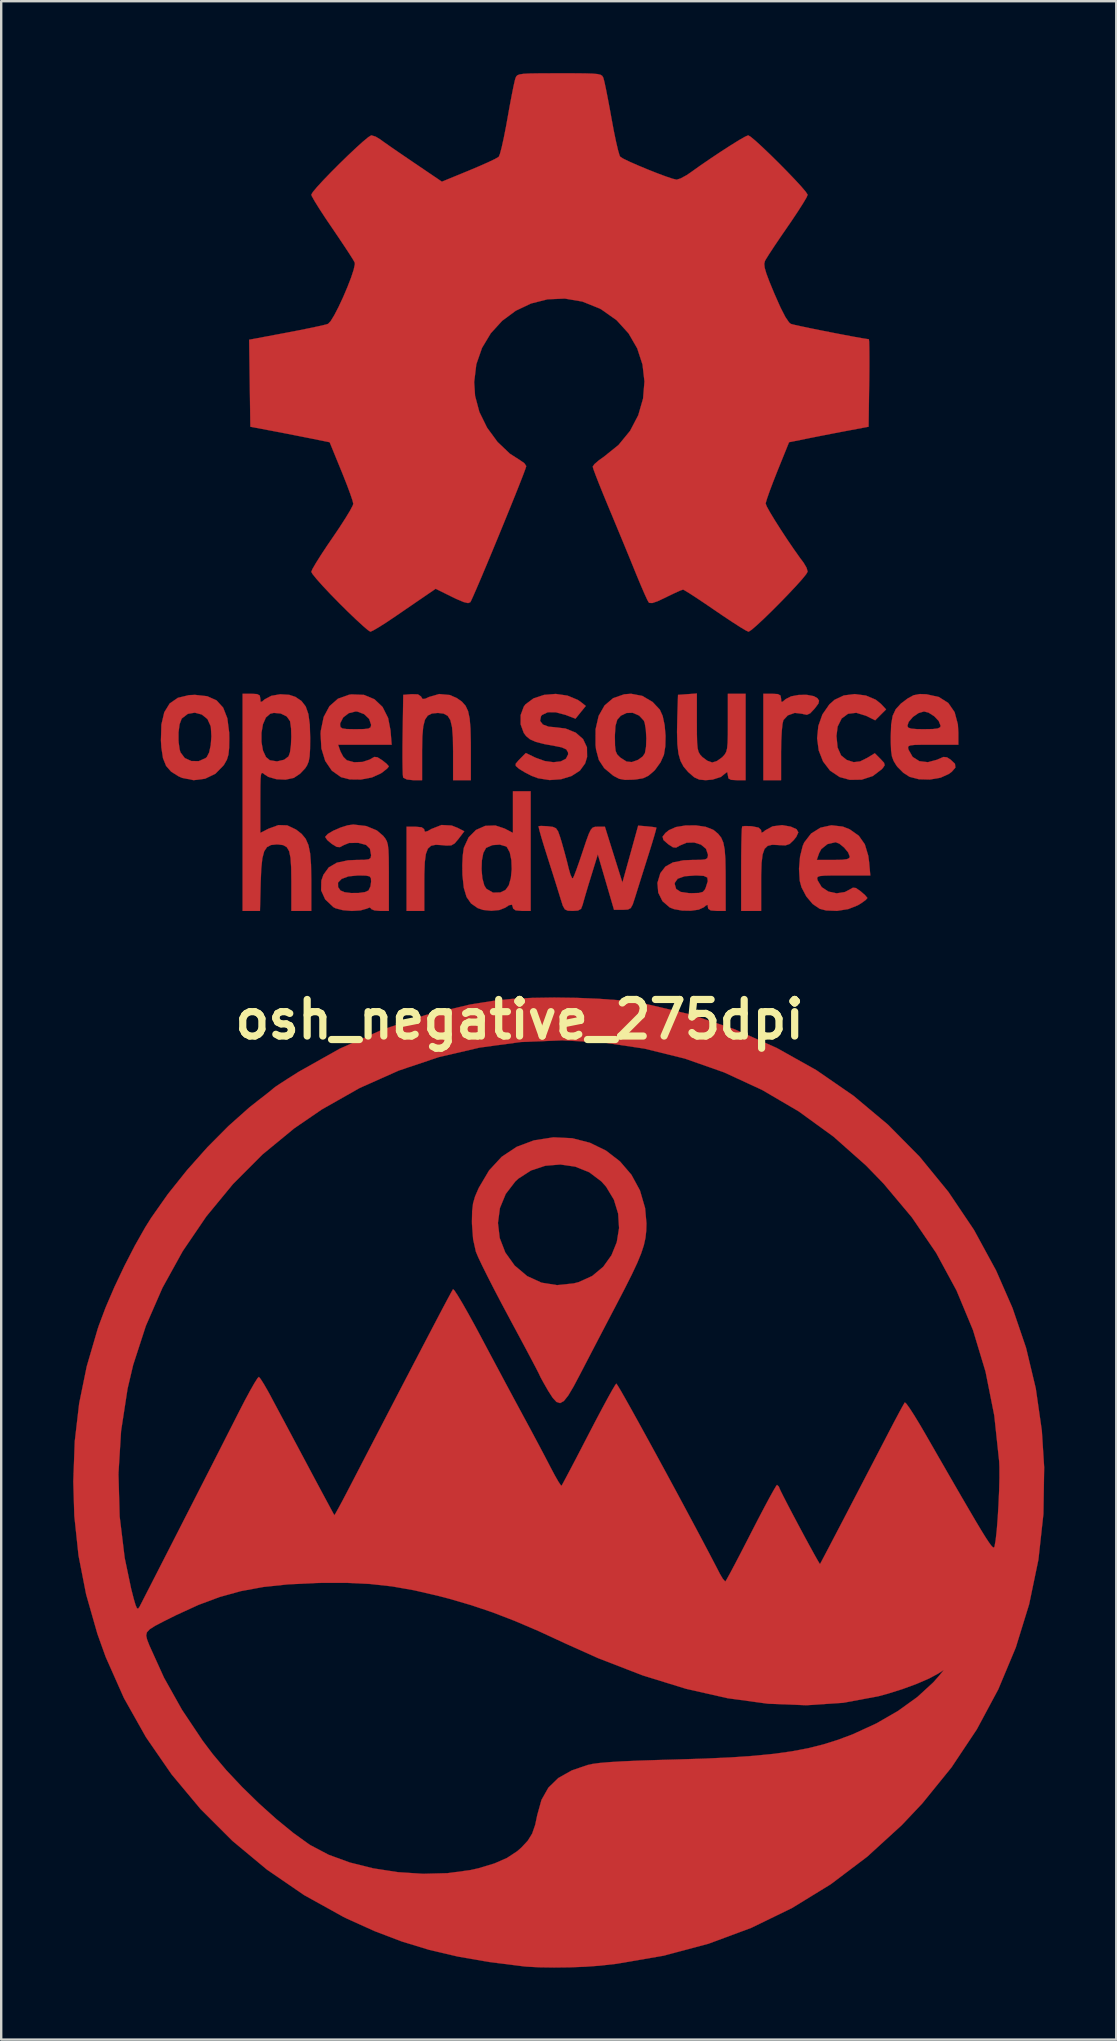
<source format=kicad_pcb>
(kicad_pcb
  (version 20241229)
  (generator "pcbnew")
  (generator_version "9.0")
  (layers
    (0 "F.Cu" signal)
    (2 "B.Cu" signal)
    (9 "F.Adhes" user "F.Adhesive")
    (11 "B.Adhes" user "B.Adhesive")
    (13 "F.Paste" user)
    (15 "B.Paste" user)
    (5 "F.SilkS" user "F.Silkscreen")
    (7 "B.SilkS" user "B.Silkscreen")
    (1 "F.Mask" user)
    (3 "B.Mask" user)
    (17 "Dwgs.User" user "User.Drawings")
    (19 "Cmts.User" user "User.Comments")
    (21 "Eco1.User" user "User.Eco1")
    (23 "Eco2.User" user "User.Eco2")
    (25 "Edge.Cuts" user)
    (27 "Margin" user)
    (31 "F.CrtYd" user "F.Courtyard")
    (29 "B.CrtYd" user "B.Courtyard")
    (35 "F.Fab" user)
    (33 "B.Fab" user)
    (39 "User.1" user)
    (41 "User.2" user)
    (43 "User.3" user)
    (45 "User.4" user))
  (footprint "osh_negative_275dpi"
    (layer "F.Cu")
    (at 18.607 39.444)
    (property "Reference" "osh_negative_275dpi" (at 0 0 0) (layer "F.SilkS") (effects (font (size 1.524 1.524) (thickness 0.3))))
    (attr through_hole)
    (fp_poly (pts (xy -2.831 -8.085) (xy -2.58 -7.986) (xy -2.305 -7.844) (xy -2.545 -7.529) (xy -2.704 -7.34) (xy -2.848 -7.257) (xy -3.055 -7.249) (xy -3.227 -7.267) (xy -3.493 -7.283) (xy -3.688 -7.242) (xy -3.822 -7.122) (xy -3.906 -6.9) (xy -3.952 -6.553) (xy -3.97 -6.056) (xy -3.972 -5.706) (xy -3.972 -4.526) (xy -4.711 -4.526) (xy -4.711 -8.036) (xy -4.341 -8.036) (xy -4.083 -8.012) (xy -3.978 -7.936) (xy -3.972 -7.898) (xy -3.944 -7.825) (xy -3.835 -7.852) (xy -3.671 -7.944) (xy -3.253 -8.107) (xy -2.831 -8.085)) (stroke (width 0.01) (type solid)) (fill yes) (layer "F.Cu"))
    (fp_poly (pts (xy 10.77 -13.563) (xy 10.876 -13.502) (xy 10.899 -13.378) (xy 10.908 -13.244) (xy 10.964 -13.245) (xy 11.093 -13.355) (xy 11.318 -13.469) (xy 11.635 -13.528) (xy 11.974 -13.532) (xy 12.264 -13.477) (xy 12.413 -13.393) (xy 12.483 -13.287) (xy 12.456 -13.169) (xy 12.316 -12.981) (xy 12.291 -12.951) (xy 12.114 -12.763) (xy 11.977 -12.7) (xy 11.813 -12.732) (xy 11.79 -12.741) (xy 11.472 -12.78) (xy 11.181 -12.677) (xy 10.997 -12.48) (xy 10.959 -12.319) (xy 10.928 -12.016) (xy 10.907 -11.612) (xy 10.899 -11.15) (xy 10.899 -11.136) (xy 10.899 -9.975) (xy 10.16 -9.975) (xy 10.16 -13.577) (xy 10.529 -13.577) (xy 10.77 -13.563)) (stroke (width 0.01) (type solid)) (fill yes) (layer "F.Cu"))
    (fp_poly (pts (xy 11.306 -8.038) (xy 11.546 -7.93) (xy 11.619 -7.799) (xy 11.533 -7.611) (xy 11.417 -7.468) (xy 11.255 -7.316) (xy 11.082 -7.257) (xy 10.817 -7.268) (xy 10.786 -7.271) (xy 10.528 -7.283) (xy 10.34 -7.237) (xy 10.211 -7.111) (xy 10.13 -6.88) (xy 10.086 -6.523) (xy 10.069 -6.015) (xy 10.068 -5.706) (xy 10.068 -4.526) (xy 9.236 -4.526) (xy 9.236 -6.265) (xy 9.238 -6.813) (xy 9.244 -7.294) (xy 9.253 -7.679) (xy 9.264 -7.94) (xy 9.277 -8.046) (xy 9.278 -8.046) (xy 9.387 -8.064) (xy 9.61 -8.059) (xy 9.693 -8.052) (xy 9.96 -7.999) (xy 10.064 -7.901) (xy 10.068 -7.873) (xy 10.085 -7.783) (xy 10.167 -7.822) (xy 10.235 -7.882) (xy 10.549 -8.052) (xy 10.943 -8.102) (xy 11.306 -8.038)) (stroke (width 0.01) (type solid)) (fill yes) (layer "F.Cu"))
    (fp_poly (pts (xy 14.435 -13.503) (xy 14.848 -13.328) (xy 15.06 -13.157) (xy 15.277 -12.926) (xy 15.049 -12.698) (xy 14.822 -12.471) (xy 14.441 -12.659) (xy 14.035 -12.784) (xy 13.689 -12.742) (xy 13.424 -12.546) (xy 13.257 -12.211) (xy 13.208 -11.814) (xy 13.255 -11.337) (xy 13.401 -11.007) (xy 13.638 -10.817) (xy 13.927 -10.726) (xy 14.192 -10.757) (xy 14.492 -10.906) (xy 14.806 -11.098) (xy 15.04 -10.863) (xy 15.191 -10.702) (xy 15.219 -10.597) (xy 15.135 -10.475) (xy 15.096 -10.431) (xy 14.722 -10.147) (xy 14.261 -9.997) (xy 13.765 -9.989) (xy 13.342 -10.105) (xy 12.941 -10.373) (xy 12.649 -10.755) (xy 12.468 -11.216) (xy 12.402 -11.721) (xy 12.452 -12.232) (xy 12.622 -12.715) (xy 12.912 -13.133) (xy 13.128 -13.325) (xy 13.514 -13.507) (xy 13.97 -13.564) (xy 14.435 -13.503)) (stroke (width 0.01) (type solid)) (fill yes) (layer "F.Cu"))
    (fp_poly (pts (xy 7.389 -12.378) (xy 7.391 -11.882) (xy 7.4 -11.536) (xy 7.421 -11.304) (xy 7.461 -11.151) (xy 7.524 -11.041) (xy 7.616 -10.941) (xy 7.825 -10.785) (xy 8.025 -10.714) (xy 8.036 -10.714) (xy 8.231 -10.777) (xy 8.443 -10.929) (xy 8.455 -10.941) (xy 8.548 -11.043) (xy 8.611 -11.153) (xy 8.651 -11.307) (xy 8.672 -11.541) (xy 8.681 -11.89) (xy 8.682 -12.373) (xy 8.682 -13.577) (xy 9.421 -13.577) (xy 9.421 -9.975) (xy 9.052 -9.975) (xy 8.812 -9.989) (xy 8.705 -10.05) (xy 8.681 -10.183) (xy 8.657 -10.307) (xy 8.611 -10.289) (xy 8.392 -10.11) (xy 8.047 -10) (xy 7.754 -9.975) (xy 7.491 -9.999) (xy 7.279 -10.095) (xy 7.043 -10.3) (xy 7.018 -10.325) (xy 6.837 -10.537) (xy 6.708 -10.777) (xy 6.623 -11.077) (xy 6.577 -11.468) (xy 6.563 -11.983) (xy 6.575 -12.608) (xy 6.604 -13.531) (xy 6.997 -13.56) (xy 7.389 -13.588) (xy 7.389 -12.378)) (stroke (width 0.01) (type solid)) (fill yes) (layer "F.Cu"))
    (fp_poly (pts (xy -2.905 -13.524) (xy -2.614 -13.396) (xy -2.405 -13.249) (xy -2.252 -13.077) (xy -2.147 -12.853) (xy -2.081 -12.545) (xy -2.046 -12.123) (xy -2.033 -11.557) (xy -2.032 -11.319) (xy -2.032 -9.975) (xy -2.771 -9.975) (xy -2.771 -11.166) (xy -2.78 -11.755) (xy -2.815 -12.184) (xy -2.884 -12.477) (xy -2.997 -12.657) (xy -3.164 -12.749) (xy -3.395 -12.777) (xy -3.417 -12.777) (xy -3.654 -12.754) (xy -3.826 -12.668) (xy -3.944 -12.496) (xy -4.016 -12.213) (xy -4.053 -11.796) (xy -4.064 -11.221) (xy -4.064 -11.166) (xy -4.064 -9.975) (xy -4.436 -9.975) (xy -4.697 -10.003) (xy -4.844 -10.076) (xy -4.854 -10.094) (xy -4.868 -10.221) (xy -4.876 -10.501) (xy -4.881 -10.901) (xy -4.88 -11.39) (xy -4.874 -11.872) (xy -4.849 -13.531) (xy -4.502 -13.56) (xy -4.236 -13.552) (xy -4.109 -13.465) (xy -4.1 -13.447) (xy -4.043 -13.359) (xy -3.934 -13.369) (xy -3.782 -13.441) (xy -3.352 -13.566) (xy -2.905 -13.524)) (stroke (width 0.01) (type solid)) (fill yes) (layer "F.Cu"))
    (fp_poly (pts (xy -13.021 -13.475) (xy -12.631 -13.301) (xy -12.354 -12.997) (xy -12.181 -12.554) (xy -12.105 -11.961) (xy -12.1 -11.715) (xy -12.107 -11.313) (xy -12.136 -11.037) (xy -12.199 -10.83) (xy -12.31 -10.634) (xy -12.34 -10.589) (xy -12.678 -10.244) (xy -13.108 -10.036) (xy -13.586 -9.975) (xy -14.069 -10.071) (xy -14.217 -10.137) (xy -14.525 -10.331) (xy -14.734 -10.57) (xy -14.863 -10.89) (xy -14.931 -11.333) (xy -14.949 -11.635) (xy -14.939 -11.964) (xy -14.216 -11.964) (xy -14.216 -11.591) (xy -14.169 -11.252) (xy -14.133 -11.133) (xy -13.956 -10.898) (xy -13.683 -10.773) (xy -13.375 -10.768) (xy -13.09 -10.894) (xy -13.036 -10.942) (xy -12.939 -11.131) (xy -12.873 -11.439) (xy -12.846 -11.803) (xy -12.866 -12.159) (xy -12.878 -12.232) (xy -13.01 -12.522) (xy -13.247 -12.712) (xy -13.537 -12.789) (xy -13.828 -12.74) (xy -14.071 -12.553) (xy -14.088 -12.53) (xy -14.173 -12.301) (xy -14.216 -11.964) (xy -14.939 -11.964) (xy -14.93 -12.295) (xy -14.81 -12.805) (xy -14.584 -13.173) (xy -14.244 -13.408) (xy -13.784 -13.519) (xy -13.531 -13.531) (xy -13.021 -13.475)) (stroke (width 0.01) (type solid)) (fill yes) (layer "F.Cu"))
    (fp_poly (pts (xy 0.462 -4.526) (xy 0.092 -4.526) (xy -0.165 -4.549) (xy -0.27 -4.625) (xy -0.277 -4.664) (xy -0.316 -4.785) (xy -0.443 -4.763) (xy -0.595 -4.661) (xy -0.841 -4.563) (xy -1.177 -4.531) (xy -1.523 -4.567) (xy -1.746 -4.643) (xy -2.023 -4.837) (xy -2.211 -5.107) (xy -2.325 -5.488) (xy -2.381 -6.013) (xy -2.382 -6.025) (xy -2.385 -6.255) (xy -1.585 -6.255) (xy -1.552 -5.889) (xy -1.472 -5.59) (xy -1.385 -5.449) (xy -1.108 -5.288) (xy -0.796 -5.297) (xy -0.588 -5.399) (xy -0.451 -5.589) (xy -0.364 -5.897) (xy -0.328 -6.265) (xy -0.342 -6.639) (xy -0.408 -6.963) (xy -0.526 -7.181) (xy -0.567 -7.214) (xy -0.826 -7.29) (xy -1.132 -7.268) (xy -1.384 -7.158) (xy -1.401 -7.144) (xy -1.511 -6.944) (xy -1.572 -6.627) (xy -1.585 -6.255) (xy -2.385 -6.255) (xy -2.388 -6.438) (xy -2.369 -6.832) (xy -2.329 -7.129) (xy -2.321 -7.163) (xy -2.124 -7.593) (xy -1.817 -7.901) (xy -1.435 -8.071) (xy -1.011 -8.087) (xy -0.623 -7.959) (xy -0.277 -7.778) (xy -0.277 -9.513) (xy 0.462 -9.513) (xy 0.462 -4.526)) (stroke (width 0.01) (type solid)) (fill yes) (layer "F.Cu"))
    (fp_poly (pts (xy 5.115 -13.488) (xy 5.545 -13.234) (xy 5.845 -12.916) (xy 5.964 -12.652) (xy 6.046 -12.268) (xy 6.084 -11.825) (xy 6.074 -11.385) (xy 6.016 -11.034) (xy 5.875 -10.719) (xy 5.651 -10.41) (xy 5.591 -10.347) (xy 5.366 -10.157) (xy 5.144 -10.054) (xy 4.842 -10.005) (xy 4.735 -9.996) (xy 4.392 -9.988) (xy 4.151 -10.032) (xy 3.93 -10.147) (xy 3.888 -10.175) (xy 3.526 -10.478) (xy 3.304 -10.817) (xy 3.188 -11.252) (xy 3.167 -11.434) (xy 3.167 -11.769) (xy 3.972 -11.769) (xy 3.978 -11.413) (xy 4.005 -11.189) (xy 4.069 -11.046) (xy 4.184 -10.93) (xy 4.215 -10.906) (xy 4.458 -10.751) (xy 4.677 -10.73) (xy 4.935 -10.821) (xy 5.13 -10.961) (xy 5.224 -11.102) (xy 5.271 -11.37) (xy 5.283 -11.719) (xy 5.263 -12.074) (xy 5.215 -12.361) (xy 5.179 -12.457) (xy 4.985 -12.666) (xy 4.716 -12.784) (xy 4.457 -12.776) (xy 4.218 -12.661) (xy 4.071 -12.495) (xy 3.996 -12.236) (xy 3.972 -11.843) (xy 3.972 -11.769) (xy 3.167 -11.769) (xy 3.168 -12.098) (xy 3.295 -12.654) (xy 3.542 -13.09) (xy 3.899 -13.394) (xy 4.359 -13.554) (xy 4.646 -13.577) (xy 5.115 -13.488)) (stroke (width 0.01) (type solid)) (fill yes) (layer "F.Cu"))
    (fp_poly (pts (xy 1.995 -13.5) (xy 2.427 -13.321) (xy 2.557 -13.23) (xy 2.76 -13.069) (xy 2.545 -12.804) (xy 2.33 -12.538) (xy 1.917 -12.696) (xy 1.505 -12.806) (xy 1.167 -12.804) (xy 0.935 -12.692) (xy 0.892 -12.638) (xy 0.854 -12.447) (xy 0.971 -12.294) (xy 1.215 -12.204) (xy 1.374 -12.191) (xy 1.912 -12.129) (xy 2.342 -11.956) (xy 2.646 -11.688) (xy 2.808 -11.345) (xy 2.814 -10.943) (xy 2.733 -10.675) (xy 2.513 -10.372) (xy 2.164 -10.148) (xy 1.729 -10.014) (xy 1.25 -9.98) (xy 0.77 -10.055) (xy 0.508 -10.152) (xy 0.231 -10.294) (xy -0.002 -10.436) (xy -0.046 -10.468) (xy -0.16 -10.569) (xy -0.164 -10.657) (xy -0.051 -10.793) (xy 0.014 -10.86) (xy 0.26 -11.108) (xy 0.667 -10.911) (xy 1.049 -10.773) (xy 1.411 -10.724) (xy 1.718 -10.758) (xy 1.933 -10.87) (xy 2.024 -11.052) (xy 2.018 -11.136) (xy 1.945 -11.259) (xy 1.754 -11.343) (xy 1.523 -11.39) (xy 1.026 -11.481) (xy 0.675 -11.572) (xy 0.436 -11.677) (xy 0.272 -11.813) (xy 0.175 -11.943) (xy 0.044 -12.3) (xy 0.045 -12.69) (xy 0.174 -13.039) (xy 0.246 -13.136) (xy 0.582 -13.385) (xy 1.021 -13.53) (xy 1.509 -13.57) (xy 1.995 -13.5)) (stroke (width 0.01) (type solid)) (fill yes) (layer "F.Cu"))
    (fp_poly (pts (xy -6.487 -13.53) (xy -6.05 -13.349) (xy -5.709 -13.024) (xy -5.48 -12.567) (xy -5.38 -12.054) (xy -5.332 -11.453) (xy -7.564 -11.453) (xy -7.467 -11.174) (xy -7.346 -10.947) (xy -7.201 -10.805) (xy -6.899 -10.723) (xy -6.546 -10.736) (xy -6.243 -10.836) (xy -6.208 -10.858) (xy -6.056 -10.944) (xy -5.925 -10.931) (xy -5.732 -10.81) (xy -5.726 -10.806) (xy -5.545 -10.662) (xy -5.453 -10.558) (xy -5.45 -10.546) (xy -5.52 -10.46) (xy -5.695 -10.319) (xy -5.782 -10.258) (xy -6.157 -10.088) (xy -6.615 -10.002) (xy -7.076 -10.007) (xy -7.443 -10.101) (xy -7.826 -10.373) (xy -8.102 -10.779) (xy -8.261 -11.298) (xy -8.294 -11.907) (xy -8.286 -12.03) (xy -8.233 -12.284) (xy -7.481 -12.284) (xy -7.464 -12.187) (xy -7.385 -12.132) (xy -7.206 -12.106) (xy -6.886 -12.1) (xy -6.835 -12.1) (xy -6.495 -12.105) (xy -6.3 -12.127) (xy -6.211 -12.178) (xy -6.189 -12.27) (xy -6.188 -12.284) (xy -6.271 -12.529) (xy -6.48 -12.728) (xy -6.756 -12.833) (xy -6.835 -12.839) (xy -7.12 -12.768) (xy -7.353 -12.589) (xy -7.475 -12.352) (xy -7.481 -12.284) (xy -8.233 -12.284) (xy -8.165 -12.611) (xy -7.924 -13.06) (xy -7.569 -13.372) (xy -7.105 -13.537) (xy -7.004 -13.551) (xy -6.487 -13.53)) (stroke (width 0.01) (type solid)) (fill yes) (layer "F.Cu"))
    (fp_poly (pts (xy 13.474 -8.04) (xy 13.76 -7.926) (xy 14.139 -7.659) (xy 14.391 -7.301) (xy 14.535 -6.821) (xy 14.569 -6.557) (xy 14.619 -6.004) (xy 13.492 -6.004) (xy 13.02 -6.003) (xy 12.705 -5.996) (xy 12.516 -5.978) (xy 12.426 -5.943) (xy 12.404 -5.886) (xy 12.423 -5.8) (xy 12.425 -5.796) (xy 12.593 -5.516) (xy 12.874 -5.332) (xy 13.215 -5.259) (xy 13.562 -5.315) (xy 13.743 -5.409) (xy 13.893 -5.494) (xy 14.02 -5.48) (xy 14.201 -5.355) (xy 14.22 -5.34) (xy 14.398 -5.185) (xy 14.492 -5.074) (xy 14.496 -5.061) (xy 14.426 -4.981) (xy 14.242 -4.848) (xy 14.1 -4.761) (xy 13.7 -4.602) (xy 13.231 -4.527) (xy 12.775 -4.545) (xy 12.51 -4.614) (xy 12.217 -4.813) (xy 11.949 -5.133) (xy 11.751 -5.51) (xy 11.678 -5.778) (xy 11.647 -6.28) (xy 11.679 -6.65) (xy 12.386 -6.65) (xy 13.074 -6.65) (xy 13.436 -6.657) (xy 13.648 -6.683) (xy 13.745 -6.734) (xy 13.762 -6.793) (xy 13.693 -6.967) (xy 13.527 -7.167) (xy 13.329 -7.329) (xy 13.172 -7.389) (xy 12.833 -7.311) (xy 12.575 -7.102) (xy 12.485 -6.934) (xy 12.386 -6.65) (xy 11.679 -6.65) (xy 11.69 -6.789) (xy 11.799 -7.229) (xy 11.862 -7.377) (xy 12.152 -7.753) (xy 12.543 -7.996) (xy 12.996 -8.095) (xy 13.474 -8.04)) (stroke (width 0.01) (type solid)) (fill yes) (layer "F.Cu"))
    (fp_poly (pts (xy 16.957 -13.556) (xy 17.476 -13.442) (xy 17.868 -13.193) (xy 18.133 -12.811) (xy 18.269 -12.298) (xy 18.288 -11.964) (xy 18.288 -11.453) (xy 17.22 -11.453) (xy 16.763 -11.452) (xy 16.462 -11.445) (xy 16.286 -11.425) (xy 16.206 -11.387) (xy 16.192 -11.324) (xy 16.212 -11.245) (xy 16.383 -10.945) (xy 16.665 -10.767) (xy 17.018 -10.725) (xy 17.407 -10.829) (xy 17.463 -10.856) (xy 17.667 -10.943) (xy 17.814 -10.928) (xy 17.963 -10.833) (xy 18.147 -10.66) (xy 18.166 -10.502) (xy 18.017 -10.328) (xy 17.901 -10.24) (xy 17.549 -10.079) (xy 17.104 -10.002) (xy 16.643 -10.014) (xy 16.256 -10.115) (xy 15.993 -10.285) (xy 15.748 -10.531) (xy 15.702 -10.593) (xy 15.59 -10.777) (xy 15.521 -10.963) (xy 15.485 -11.203) (xy 15.472 -11.549) (xy 15.471 -11.786) (xy 15.486 -12.242) (xy 16.164 -12.242) (xy 16.197 -12.168) (xy 16.32 -12.124) (xy 16.566 -12.103) (xy 16.856 -12.1) (xy 17.22 -12.106) (xy 17.433 -12.132) (xy 17.531 -12.183) (xy 17.549 -12.242) (xy 17.472 -12.439) (xy 17.283 -12.64) (xy 17.046 -12.791) (xy 16.856 -12.839) (xy 16.628 -12.772) (xy 16.394 -12.61) (xy 16.219 -12.406) (xy 16.164 -12.242) (xy 15.486 -12.242) (xy 15.487 -12.288) (xy 15.549 -12.655) (xy 15.678 -12.932) (xy 15.895 -13.169) (xy 16.172 -13.378) (xy 16.42 -13.515) (xy 16.68 -13.565) (xy 16.957 -13.556)) (stroke (width 0.01) (type solid)) (fill yes) (layer "F.Cu"))
    (fp_poly (pts (xy 7.757 -8.031) (xy 8.068 -7.909) (xy 8.098 -7.888) (xy 8.276 -7.74) (xy 8.405 -7.578) (xy 8.493 -7.371) (xy 8.548 -7.087) (xy 8.577 -6.696) (xy 8.587 -6.165) (xy 8.588 -5.888) (xy 8.59 -4.526) (xy 8.22 -4.526) (xy 7.971 -4.545) (xy 7.864 -4.615) (xy 7.851 -4.679) (xy 7.838 -4.78) (xy 7.767 -4.752) (xy 7.682 -4.679) (xy 7.466 -4.579) (xy 7.141 -4.533) (xy 6.774 -4.54) (xy 6.435 -4.601) (xy 6.259 -4.67) (xy 5.955 -4.932) (xy 5.779 -5.29) (xy 5.75 -5.649) (xy 6.465 -5.649) (xy 6.525 -5.441) (xy 6.716 -5.317) (xy 7.058 -5.267) (xy 7.179 -5.265) (xy 7.471 -5.274) (xy 7.635 -5.317) (xy 7.724 -5.417) (xy 7.761 -5.502) (xy 7.844 -5.766) (xy 7.824 -5.918) (xy 7.675 -5.986) (xy 7.371 -6.004) (xy 7.337 -6.004) (xy 6.878 -5.97) (xy 6.589 -5.867) (xy 6.469 -5.696) (xy 6.465 -5.649) (xy 5.75 -5.649) (xy 5.746 -5.696) (xy 5.867 -6.099) (xy 6.077 -6.372) (xy 6.39 -6.547) (xy 6.831 -6.635) (xy 7.2 -6.65) (xy 7.539 -6.654) (xy 7.734 -6.673) (xy 7.824 -6.723) (xy 7.85 -6.817) (xy 7.851 -6.876) (xy 7.77 -7.115) (xy 7.562 -7.288) (xy 7.277 -7.377) (xy 6.963 -7.369) (xy 6.672 -7.247) (xy 6.524 -7.163) (xy 6.393 -7.177) (xy 6.204 -7.3) (xy 6.189 -7.311) (xy 5.996 -7.481) (xy 5.959 -7.621) (xy 6.081 -7.777) (xy 6.224 -7.891) (xy 6.515 -8.021) (xy 6.913 -8.087) (xy 7.349 -8.091) (xy 7.757 -8.031)) (stroke (width 0.01) (type solid)) (fill yes) (layer "F.Cu"))
    (fp_poly (pts (xy -6.389 -8.063) (xy -5.946 -7.878) (xy -5.686 -7.656) (xy -5.596 -7.543) (xy -5.533 -7.429) (xy -5.491 -7.282) (xy -5.466 -7.07) (xy -5.454 -6.759) (xy -5.45 -6.318) (xy -5.449 -5.95) (xy -5.449 -4.526) (xy -5.819 -4.526) (xy -6.05 -4.547) (xy -6.179 -4.6) (xy -6.188 -4.621) (xy -6.245 -4.67) (xy -6.367 -4.621) (xy -6.634 -4.546) (xy -6.992 -4.525) (xy -7.364 -4.556) (xy -7.669 -4.635) (xy -7.761 -4.683) (xy -8.103 -5.007) (xy -8.272 -5.38) (xy -8.265 -5.705) (xy -7.568 -5.705) (xy -7.564 -5.516) (xy -7.463 -5.376) (xy -7.297 -5.306) (xy -7.023 -5.271) (xy -6.716 -5.273) (xy -6.448 -5.31) (xy -6.299 -5.376) (xy -6.216 -5.546) (xy -6.188 -5.745) (xy -6.197 -5.889) (xy -6.253 -5.966) (xy -6.4 -5.997) (xy -6.682 -6.004) (xy -6.736 -6.004) (xy -7.135 -5.965) (xy -7.418 -5.86) (xy -7.568 -5.705) (xy -8.265 -5.705) (xy -8.263 -5.788) (xy -8.176 -6.034) (xy -7.954 -6.339) (xy -7.618 -6.536) (xy -7.149 -6.635) (xy -6.798 -6.65) (xy -6.472 -6.655) (xy -6.289 -6.678) (xy -6.209 -6.734) (xy -6.19 -6.836) (xy -6.19 -6.858) (xy -6.237 -7.119) (xy -6.398 -7.276) (xy -6.704 -7.359) (xy -6.727 -7.362) (xy -7.105 -7.359) (xy -7.328 -7.269) (xy -7.487 -7.184) (xy -7.622 -7.194) (xy -7.813 -7.31) (xy -7.836 -7.326) (xy -8.016 -7.478) (xy -8.099 -7.6) (xy -8.099 -7.62) (xy -7.99 -7.737) (xy -7.76 -7.872) (xy -7.467 -7.999) (xy -7.169 -8.093) (xy -6.931 -8.127) (xy -6.389 -8.063)) (stroke (width 0.01) (type solid)) (fill yes) (layer "F.Cu"))
    (fp_poly (pts (xy 5.312 -8.05) (xy 5.549 -8.025) (xy 5.689 -8.003) (xy 5.702 -7.997) (xy 5.684 -7.907) (xy 5.619 -7.673) (xy 5.516 -7.329) (xy 5.385 -6.907) (xy 5.345 -6.782) (xy 5.189 -6.287) (xy 5.037 -5.806) (xy 4.907 -5.391) (xy 4.815 -5.095) (xy 4.81 -5.08) (xy 4.716 -4.794) (xy 4.632 -4.643) (xy 4.514 -4.583) (xy 4.319 -4.572) (xy 4.295 -4.572) (xy 3.936 -4.572) (xy 3.599 -5.726) (xy 3.261 -6.881) (xy 2.976 -5.957) (xy 2.849 -5.543) (xy 2.738 -5.169) (xy 2.657 -4.888) (xy 2.628 -4.78) (xy 2.562 -4.611) (xy 2.433 -4.54) (xy 2.213 -4.526) (xy 2.008 -4.535) (xy 1.886 -4.592) (xy 1.802 -4.74) (xy 1.716 -5.011) (xy 1.633 -5.28) (xy 1.51 -5.677) (xy 1.36 -6.151) (xy 1.2 -6.653) (xy 1.166 -6.761) (xy 1.023 -7.213) (xy 0.907 -7.597) (xy 0.827 -7.883) (xy 0.791 -8.039) (xy 0.791 -8.057) (xy 0.893 -8.068) (xy 1.111 -8.059) (xy 1.195 -8.052) (xy 1.392 -8.027) (xy 1.517 -7.971) (xy 1.605 -7.843) (xy 1.69 -7.602) (xy 1.751 -7.403) (xy 1.866 -6.995) (xy 1.979 -6.573) (xy 2.045 -6.302) (xy 2.117 -6.048) (xy 2.185 -5.901) (xy 2.222 -5.886) (xy 2.274 -5.997) (xy 2.37 -6.247) (xy 2.494 -6.598) (xy 2.628 -6.997) (xy 2.775 -7.437) (xy 2.882 -7.731) (xy 2.968 -7.908) (xy 3.049 -7.999) (xy 3.146 -8.031) (xy 3.263 -8.035) (xy 3.556 -8.035) (xy 3.921 -6.871) (xy 4.286 -5.708) (xy 4.615 -6.894) (xy 4.943 -8.081) (xy 5.312 -8.05)) (stroke (width 0.01) (type solid)) (fill yes) (layer "F.Cu"))
    (fp_poly (pts (xy -10.936 -13.563) (xy -10.829 -13.502) (xy -10.807 -13.378) (xy -10.796 -13.243) (xy -10.733 -13.251) (xy -10.626 -13.343) (xy -10.348 -13.491) (xy -9.981 -13.556) (xy -9.601 -13.532) (xy -9.346 -13.448) (xy -9.092 -13.277) (xy -8.915 -13.048) (xy -8.803 -12.73) (xy -8.744 -12.292) (xy -8.728 -11.73) (xy -8.733 -11.28) (xy -8.751 -10.969) (xy -8.79 -10.755) (xy -8.857 -10.593) (xy -8.934 -10.472) (xy -9.15 -10.244) (xy -9.4 -10.077) (xy -9.42 -10.068) (xy -9.756 -9.997) (xy -10.133 -10.015) (xy -10.471 -10.112) (xy -10.629 -10.213) (xy -10.699 -10.27) (xy -10.748 -10.275) (xy -10.779 -10.205) (xy -10.796 -10.034) (xy -10.804 -9.738) (xy -10.806 -9.291) (xy -10.807 -9.076) (xy -10.807 -7.778) (xy -10.464 -7.953) (xy -10.052 -8.103) (xy -9.686 -8.092) (xy -9.32 -7.919) (xy -9.319 -7.918) (xy -9.086 -7.737) (xy -8.916 -7.531) (xy -8.8 -7.269) (xy -8.729 -6.918) (xy -8.693 -6.448) (xy -8.682 -5.827) (xy -8.682 -5.796) (xy -8.682 -4.526) (xy -9.513 -4.526) (xy -9.513 -5.758) (xy -9.52 -6.328) (xy -9.547 -6.738) (xy -9.605 -7.014) (xy -9.703 -7.182) (xy -9.852 -7.268) (xy -10.062 -7.296) (xy -10.13 -7.297) (xy -10.36 -7.273) (xy -10.528 -7.185) (xy -10.646 -7.008) (xy -10.722 -6.719) (xy -10.767 -6.294) (xy -10.791 -5.717) (xy -10.821 -4.526) (xy -11.545 -4.526) (xy -11.545 -11.944) (xy -10.759 -11.944) (xy -10.759 -11.564) (xy -10.696 -11.212) (xy -10.57 -10.939) (xy -10.411 -10.806) (xy -10.11 -10.758) (xy -9.814 -10.827) (xy -9.629 -10.968) (xy -9.569 -11.14) (xy -9.53 -11.434) (xy -9.515 -11.786) (xy -9.525 -12.134) (xy -9.564 -12.416) (xy -9.57 -12.44) (xy -9.706 -12.631) (xy -9.953 -12.753) (xy -10.241 -12.78) (xy -10.392 -12.746) (xy -10.575 -12.586) (xy -10.698 -12.302) (xy -10.759 -11.944) (xy -11.545 -11.944) (xy -11.545 -13.577) (xy -11.176 -13.577) (xy -10.936 -13.563)) (stroke (width 0.01) (type solid)) (fill yes) (layer "F.Cu"))
    (fp_poly (pts (xy 2.195 4.949) (xy 2.931 5.138) (xy 3.6 5.464) (xy 4.183 5.913) (xy 4.662 6.472) (xy 5.018 7.126) (xy 5.232 7.862) (xy 5.288 8.497) (xy 5.279 8.809) (xy 5.247 9.104) (xy 5.18 9.407) (xy 5.07 9.744) (xy 4.907 10.141) (xy 4.681 10.623) (xy 4.383 11.215) (xy 4.019 11.915) (xy 3.7 12.524) (xy 3.357 13.181) (xy 3.019 13.829) (xy 2.716 14.412) (xy 2.538 14.755) (xy 2.253 15.294) (xy 2.028 15.674) (xy 1.845 15.903) (xy 1.688 15.989) (xy 1.539 15.942) (xy 1.38 15.769) (xy 1.194 15.48) (xy 1.159 15.42) (xy 0.997 15.137) (xy 0.88 14.923) (xy 0.831 14.821) (xy 0.831 14.819) (xy 0.789 14.73) (xy 0.67 14.5) (xy 0.485 14.149) (xy 0.246 13.698) (xy -0.038 13.168) (xy -0.354 12.581) (xy -0.413 12.47) (xy -0.746 11.847) (xy -1.057 11.252) (xy -1.333 10.712) (xy -1.561 10.253) (xy -1.728 9.901) (xy -1.819 9.684) (xy -1.822 9.676) (xy -1.937 9.16) (xy -1.985 8.514) (xy -1.985 8.481) (xy -0.902 8.481) (xy -0.828 9.109) (xy -0.595 9.712) (xy -0.207 10.254) (xy 0.317 10.696) (xy 0.912 10.969) (xy 1.563 11.072) (xy 2.257 11) (xy 2.464 10.946) (xy 3.028 10.69) (xy 3.486 10.308) (xy 3.829 9.829) (xy 4.051 9.281) (xy 4.147 8.693) (xy 4.109 8.093) (xy 3.931 7.51) (xy 3.607 6.971) (xy 3.409 6.749) (xy 2.907 6.37) (xy 2.325 6.135) (xy 1.702 6.044) (xy 1.073 6.096) (xy 0.476 6.293) (xy -0.051 6.633) (xy -0.178 6.75) (xy -0.577 7.271) (xy -0.819 7.858) (xy -0.902 8.481) (xy -1.985 8.481) (xy -1.986 8.405) (xy -1.977 7.98) (xy -1.939 7.663) (xy -1.857 7.378) (xy -1.714 7.047) (xy -1.699 7.015) (xy -1.272 6.292) (xy -0.747 5.724) (xy -0.119 5.306) (xy 0.598 5.038) (xy 1.411 4.911) (xy 2.195 4.949)) (stroke (width 0.01) (type solid)) (fill yes) (layer "F.Cu"))
    (fp_poly (pts (xy 2.273 -39.439) (xy 2.724 -39.435) (xy 3.041 -39.425) (xy 3.25 -39.407) (xy 3.377 -39.376) (xy 3.446 -39.331) (xy 3.483 -39.268) (xy 3.497 -39.231) (xy 3.538 -39.072) (xy 3.603 -38.767) (xy 3.684 -38.352) (xy 3.776 -37.863) (xy 3.833 -37.546) (xy 3.927 -37.04) (xy 4.019 -36.595) (xy 4.101 -36.244) (xy 4.166 -36.021) (xy 4.194 -35.961) (xy 4.324 -35.88) (xy 4.584 -35.754) (xy 4.935 -35.6) (xy 5.332 -35.434) (xy 5.733 -35.275) (xy 6.098 -35.139) (xy 6.382 -35.044) (xy 6.545 -35.006) (xy 6.548 -35.006) (xy 6.714 -35.058) (xy 6.958 -35.191) (xy 7.121 -35.301) (xy 7.533 -35.594) (xy 7.971 -35.894) (xy 8.405 -36.183) (xy 8.807 -36.442) (xy 9.147 -36.653) (xy 9.397 -36.796) (xy 9.526 -36.853) (xy 9.53 -36.853) (xy 9.636 -36.79) (xy 9.843 -36.617) (xy 10.123 -36.36) (xy 10.453 -36.045) (xy 10.805 -35.698) (xy 11.154 -35.344) (xy 11.474 -35.01) (xy 11.74 -34.721) (xy 11.926 -34.502) (xy 12.006 -34.38) (xy 12.007 -34.372) (xy 11.957 -34.257) (xy 11.817 -34.021) (xy 11.607 -33.691) (xy 11.344 -33.296) (xy 11.164 -33.034) (xy 10.869 -32.605) (xy 10.606 -32.215) (xy 10.397 -31.896) (xy 10.262 -31.679) (xy 10.226 -31.613) (xy 10.199 -31.498) (xy 10.216 -31.334) (xy 10.286 -31.093) (xy 10.417 -30.744) (xy 10.618 -30.259) (xy 10.626 -30.24) (xy 10.877 -29.674) (xy 11.079 -29.28) (xy 11.235 -29.052) (xy 11.309 -28.993) (xy 11.44 -28.958) (xy 11.715 -28.897) (xy 12.096 -28.817) (xy 12.545 -28.726) (xy 13.025 -28.631) (xy 13.498 -28.54) (xy 13.926 -28.459) (xy 14.272 -28.398) (xy 14.497 -28.362) (xy 14.558 -28.356) (xy 14.569 -28.268) (xy 14.576 -28.023) (xy 14.579 -27.65) (xy 14.579 -27.175) (xy 14.574 -26.626) (xy 14.572 -26.531) (xy 14.547 -24.707) (xy 13.67 -24.542) (xy 13.164 -24.446) (xy 12.61 -24.338) (xy 12.11 -24.239) (xy 12.012 -24.219) (xy 11.232 -24.061) (xy 10.746 -22.86) (xy 10.57 -22.413) (xy 10.421 -22.018) (xy 10.314 -21.711) (xy 10.26 -21.527) (xy 10.257 -21.502) (xy 10.305 -21.38) (xy 10.439 -21.138) (xy 10.639 -20.808) (xy 10.884 -20.422) (xy 11.154 -20.01) (xy 11.429 -19.606) (xy 11.688 -19.24) (xy 11.839 -19.038) (xy 11.962 -18.829) (xy 12.007 -18.667) (xy 11.944 -18.558) (xy 11.773 -18.348) (xy 11.518 -18.064) (xy 11.205 -17.731) (xy 10.86 -17.375) (xy 10.509 -17.023) (xy 10.177 -16.7) (xy 9.889 -16.432) (xy 9.672 -16.245) (xy 9.55 -16.165) (xy 9.542 -16.164) (xy 9.433 -16.214) (xy 9.201 -16.353) (xy 8.873 -16.563) (xy 8.476 -16.827) (xy 8.162 -17.041) (xy 7.735 -17.332) (xy 7.36 -17.583) (xy 7.064 -17.775) (xy 6.872 -17.891) (xy 6.814 -17.919) (xy 6.7 -17.88) (xy 6.469 -17.776) (xy 6.165 -17.63) (xy 6.102 -17.598) (xy 5.754 -17.434) (xy 5.533 -17.359) (xy 5.409 -17.365) (xy 5.378 -17.391) (xy 5.312 -17.515) (xy 5.193 -17.775) (xy 5.038 -18.135) (xy 4.861 -18.561) (xy 4.822 -18.657) (xy 4.621 -19.151) (xy 4.373 -19.755) (xy 4.103 -20.407) (xy 3.837 -21.048) (xy 3.701 -21.374) (xy 3.493 -21.878) (xy 3.312 -22.326) (xy 3.17 -22.689) (xy 3.078 -22.939) (xy 3.048 -23.045) (xy 3.12 -23.149) (xy 3.306 -23.309) (xy 3.498 -23.444) (xy 4.123 -23.946) (xy 4.606 -24.536) (xy 4.947 -25.189) (xy 5.147 -25.882) (xy 5.205 -26.593) (xy 5.124 -27.298) (xy 4.903 -27.974) (xy 4.543 -28.597) (xy 4.045 -29.146) (xy 3.408 -29.596) (xy 3.345 -29.631) (xy 2.618 -29.924) (xy 1.884 -30.049) (xy 1.164 -30.018) (xy 0.477 -29.844) (xy -0.159 -29.542) (xy -0.724 -29.124) (xy -1.199 -28.604) (xy -1.565 -27.995) (xy -1.803 -27.311) (xy -1.893 -26.565) (xy -1.855 -25.993) (xy -1.676 -25.322) (xy -1.355 -24.668) (xy -0.92 -24.074) (xy -0.405 -23.584) (xy 0.017 -23.313) (xy 0.199 -23.187) (xy 0.278 -23.068) (xy 0.278 -23.065) (xy 0.244 -22.955) (xy 0.149 -22.699) (xy 0.002 -22.323) (xy -0.185 -21.852) (xy -0.404 -21.31) (xy -0.643 -20.723) (xy -0.892 -20.116) (xy -1.141 -19.513) (xy -1.38 -18.94) (xy -1.598 -18.421) (xy -1.786 -17.982) (xy -1.932 -17.648) (xy -2.027 -17.442) (xy -2.055 -17.392) (xy -2.147 -17.356) (xy -2.33 -17.399) (xy -2.632 -17.527) (xy -2.818 -17.617) (xy -3.497 -17.953) (xy -3.85 -17.712) (xy -4.066 -17.564) (xy -4.39 -17.343) (xy -4.776 -17.078) (xy -5.155 -16.818) (xy -5.527 -16.568) (xy -5.85 -16.362) (xy -6.09 -16.221) (xy -6.215 -16.164) (xy -6.219 -16.164) (xy -6.317 -16.226) (xy -6.521 -16.4) (xy -6.809 -16.664) (xy -7.157 -16.997) (xy -7.506 -17.343) (xy -7.884 -17.729) (xy -8.211 -18.077) (xy -8.467 -18.365) (xy -8.631 -18.569) (xy -8.682 -18.66) (xy -8.632 -18.78) (xy -8.492 -19.021) (xy -8.281 -19.357) (xy -8.016 -19.759) (xy -7.805 -20.067) (xy -7.512 -20.5) (xy -7.261 -20.89) (xy -7.069 -21.206) (xy -6.955 -21.422) (xy -6.931 -21.497) (xy -6.966 -21.639) (xy -7.059 -21.914) (xy -7.198 -22.288) (xy -7.37 -22.723) (xy -7.426 -22.86) (xy -7.917 -24.061) (xy -8.692 -24.218) (xy -9.161 -24.311) (xy -9.709 -24.419) (xy -10.234 -24.52) (xy -10.345 -24.541) (xy -11.222 -24.707) (xy -11.272 -28.334) (xy -9.723 -28.625) (xy -9.198 -28.726) (xy -8.726 -28.822) (xy -8.341 -28.904) (xy -8.079 -28.966) (xy -7.984 -28.995) (xy -7.874 -29.11) (xy -7.722 -29.36) (xy -7.543 -29.705) (xy -7.356 -30.106) (xy -7.178 -30.524) (xy -7.025 -30.918) (xy -6.916 -31.25) (xy -6.866 -31.48) (xy -6.871 -31.549) (xy -6.941 -31.675) (xy -7.098 -31.923) (xy -7.323 -32.265) (xy -7.596 -32.672) (xy -7.806 -32.981) (xy -8.098 -33.412) (xy -8.348 -33.796) (xy -8.54 -34.105) (xy -8.656 -34.311) (xy -8.682 -34.379) (xy -8.618 -34.489) (xy -8.444 -34.697) (xy -8.185 -34.979) (xy -7.867 -35.309) (xy -7.517 -35.66) (xy -7.16 -36.008) (xy -6.822 -36.327) (xy -6.53 -36.591) (xy -6.308 -36.775) (xy -6.184 -36.852) (xy -6.176 -36.853) (xy -5.999 -36.8) (xy -5.808 -36.684) (xy -5.656 -36.573) (xy -5.383 -36.382) (xy -5.023 -36.134) (xy -4.61 -35.852) (xy -4.413 -35.718) (xy -3.238 -34.922) (xy -2.104 -35.388) (xy -1.674 -35.57) (xy -1.302 -35.735) (xy -1.025 -35.868) (xy -0.877 -35.952) (xy -0.867 -35.961) (xy -0.817 -36.085) (xy -0.745 -36.357) (xy -0.659 -36.746) (xy -0.566 -37.217) (xy -0.507 -37.546) (xy -0.415 -38.061) (xy -0.327 -38.526) (xy -0.252 -38.902) (xy -0.195 -39.154) (xy -0.173 -39.231) (xy -0.142 -39.304) (xy -0.091 -39.357) (xy 0.006 -39.394) (xy 0.172 -39.418) (xy 0.435 -39.431) (xy 0.819 -39.437) (xy 1.351 -39.439) (xy 1.663 -39.439) (xy 2.273 -39.439)) (stroke (width 0.01) (type solid)) (fill yes) (layer "F.Cu"))
    (fp_poly (pts (xy 2.374 -0.902) (xy 3.29 -0.864) (xy 4.14 -0.802) (xy 4.879 -0.717) (xy 5.219 -0.66) (xy 7.132 -0.207) (xy 8.967 0.41) (xy 10.714 1.184) (xy 12.366 2.109) (xy 13.916 3.178) (xy 15.356 4.385) (xy 16.678 5.723) (xy 17.875 7.187) (xy 18.94 8.77) (xy 19.863 10.466) (xy 20.546 12.027) (xy 21.111 13.685) (xy 21.516 15.377) (xy 21.768 17.133) (xy 21.865 18.662) (xy 21.834 20.61) (xy 21.625 22.517) (xy 21.239 24.375) (xy 20.682 26.178) (xy 19.954 27.917) (xy 19.06 29.585) (xy 18.002 31.174) (xy 16.783 32.677) (xy 15.934 33.576) (xy 14.493 34.893) (xy 12.967 36.046) (xy 11.355 37.035) (xy 9.658 37.861) (xy 7.875 38.523) (xy 6.005 39.022) (xy 4.048 39.359) (xy 3.338 39.439) (xy 2.762 39.481) (xy 2.11 39.507) (xy 1.442 39.515) (xy 0.819 39.506) (xy 0.302 39.479) (xy 0.185 39.468) (xy -1.261 39.286) (xy -2.566 39.06) (xy -3.77 38.778) (xy -4.914 38.428) (xy -6.037 38.001) (xy -7.18 37.485) (xy -7.343 37.405) (xy -8.982 36.496) (xy -10.529 35.435) (xy -11.972 34.234) (xy -13.301 32.906) (xy -14.505 31.463) (xy -15.571 29.918) (xy -16.491 28.284) (xy -17.251 26.573) (xy -17.572 25.677) (xy -15.564 25.677) (xy -15.527 25.84) (xy -15.444 26.057) (xy -15.421 26.112) (xy -14.82 27.437) (xy -14.072 28.772) (xy -13.206 30.068) (xy -12.79 30.619) (xy -12.231 31.283) (xy -11.576 31.98) (xy -10.866 32.674) (xy -10.138 33.328) (xy -9.431 33.906) (xy -8.785 34.372) (xy -8.713 34.418) (xy -7.96 34.815) (xy -7.076 35.138) (xy -6.098 35.382) (xy -5.068 35.541) (xy -4.023 35.609) (xy -3.005 35.582) (xy -2.052 35.454) (xy -1.711 35.377) (xy -1.046 35.176) (xy -0.524 34.947) (xy -0.101 34.669) (xy 0.077 34.513) (xy 0.343 34.227) (xy 0.524 33.933) (xy 0.651 33.567) (xy 0.738 33.155) (xy 0.913 32.527) (xy 1.2 32.019) (xy 1.615 31.615) (xy 2.175 31.3) (xy 2.837 31.073) (xy 3.05 31.027) (xy 3.347 30.988) (xy 3.744 30.954) (xy 4.26 30.923) (xy 4.912 30.894) (xy 5.717 30.867) (xy 6.465 30.846) (xy 7.723 30.807) (xy 8.818 30.756) (xy 9.773 30.69) (xy 10.612 30.607) (xy 11.357 30.502) (xy 12.029 30.374) (xy 12.653 30.218) (xy 13.25 30.031) (xy 13.842 29.811) (xy 13.901 29.787) (xy 14.877 29.338) (xy 15.781 28.815) (xy 16.579 28.24) (xy 17.238 27.635) (xy 17.457 27.389) (xy 17.688 27.109) (xy 17.452 27.261) (xy 17.071 27.467) (xy 16.558 27.689) (xy 15.963 27.908) (xy 15.335 28.106) (xy 14.944 28.211) (xy 13.49 28.481) (xy 11.959 28.583) (xy 10.355 28.52) (xy 8.681 28.292) (xy 6.939 27.898) (xy 5.133 27.34) (xy 3.266 26.618) (xy 1.893 26.001) (xy 0.793 25.492) (xy -0.197 25.069) (xy -1.12 24.713) (xy -2.02 24.41) (xy -2.941 24.141) (xy -3.417 24.017) (xy -4.401 23.79) (xy -5.318 23.629) (xy -6.228 23.529) (xy -7.189 23.482) (xy -8.259 23.483) (xy -8.497 23.489) (xy -9.658 23.545) (xy -10.683 23.654) (xy -11.617 23.826) (xy -12.502 24.071) (xy -13.384 24.4) (xy -14.307 24.823) (xy -14.363 24.851) (xy -14.852 25.095) (xy -15.198 25.276) (xy -15.419 25.418) (xy -15.535 25.544) (xy -15.564 25.677) (xy -17.572 25.677) (xy -17.598 25.604) (xy -18.067 23.962) (xy -18.384 22.343) (xy -18.559 20.693) (xy -18.602 19.258) (xy -18.59 18.933) (xy -16.72 18.933) (xy -16.67 20.709) (xy -16.459 22.446) (xy -16.192 23.72) (xy -16.084 24.141) (xy -16.007 24.405) (xy -15.95 24.536) (xy -15.901 24.557) (xy -15.85 24.492) (xy -15.835 24.465) (xy -15.768 24.336) (xy -15.628 24.061) (xy -15.422 23.66) (xy -15.163 23.153) (xy -14.859 22.559) (xy -14.521 21.898) (xy -14.158 21.187) (xy -14.093 21.059) (xy -13.691 20.273) (xy -13.283 19.472) (xy -12.882 18.687) (xy -12.506 17.948) (xy -12.17 17.286) (xy -11.888 16.732) (xy -11.705 16.371) (xy -11.46 15.895) (xy -11.239 15.485) (xy -11.057 15.164) (xy -10.928 14.96) (xy -10.868 14.896) (xy -10.793 14.984) (xy -10.657 15.198) (xy -10.484 15.499) (xy -10.397 15.658) (xy -10.243 15.948) (xy -10.019 16.367) (xy -9.742 16.885) (xy -9.431 17.469) (xy -9.102 18.086) (xy -8.871 18.519) (xy -8.567 19.09) (xy -8.292 19.604) (xy -8.058 20.04) (xy -7.877 20.376) (xy -7.761 20.591) (xy -7.721 20.663) (xy -7.675 20.593) (xy -7.56 20.387) (xy -7.391 20.074) (xy -7.185 19.682) (xy -7.095 19.509) (xy -6.321 18.015) (xy -5.619 16.663) (xy -4.992 15.456) (xy -4.439 14.395) (xy -3.963 13.483) (xy -3.565 12.723) (xy -3.247 12.116) (xy -3.008 11.667) (xy -2.851 11.376) (xy -2.777 11.246) (xy -2.773 11.24) (xy -2.713 11.298) (xy -2.581 11.498) (xy -2.387 11.821) (xy -2.146 12.245) (xy -1.867 12.75) (xy -1.612 13.226) (xy -1.262 13.885) (xy -0.893 14.576) (xy -0.53 15.256) (xy -0.195 15.88) (xy 0.087 16.403) (xy 0.182 16.579) (xy 0.465 17.103) (xy 0.755 17.646) (xy 1.024 18.154) (xy 1.242 18.572) (xy 1.295 18.675) (xy 1.473 19.01) (xy 1.621 19.268) (xy 1.72 19.414) (xy 1.749 19.433) (xy 1.801 19.343) (xy 1.926 19.11) (xy 2.112 18.758) (xy 2.348 18.309) (xy 2.62 17.784) (xy 2.873 17.295) (xy 3.17 16.725) (xy 3.441 16.213) (xy 3.675 15.78) (xy 3.86 15.448) (xy 3.984 15.24) (xy 4.032 15.176) (xy 4.086 15.251) (xy 4.218 15.471) (xy 4.416 15.818) (xy 4.672 16.274) (xy 4.975 16.821) (xy 5.316 17.442) (xy 5.686 18.117) (xy 6.073 18.83) (xy 6.47 19.563) (xy 6.864 20.296) (xy 7.248 21.013) (xy 7.611 21.695) (xy 7.943 22.324) (xy 8.235 22.883) (xy 8.351 23.108) (xy 8.471 23.312) (xy 8.562 23.414) (xy 8.582 23.417) (xy 8.637 23.328) (xy 8.764 23.098) (xy 8.95 22.748) (xy 9.183 22.303) (xy 9.45 21.785) (xy 9.652 21.391) (xy 9.937 20.837) (xy 10.196 20.343) (xy 10.417 19.93) (xy 10.589 19.621) (xy 10.698 19.438) (xy 10.73 19.398) (xy 10.807 19.47) (xy 10.823 19.515) (xy 10.873 19.63) (xy 10.993 19.87) (xy 11.164 20.204) (xy 11.373 20.603) (xy 11.602 21.035) (xy 11.836 21.473) (xy 12.059 21.885) (xy 12.255 22.242) (xy 12.407 22.514) (xy 12.501 22.671) (xy 12.522 22.698) (xy 12.569 22.612) (xy 12.692 22.379) (xy 12.884 22.014) (xy 13.134 21.535) (xy 13.436 20.958) (xy 13.779 20.299) (xy 14.156 19.574) (xy 14.558 18.801) (xy 14.977 17.995) (xy 15.352 17.272) (xy 15.58 16.834) (xy 15.782 16.454) (xy 15.939 16.164) (xy 16.037 15.992) (xy 16.058 15.96) (xy 16.121 16.014) (xy 16.259 16.205) (xy 16.454 16.507) (xy 16.691 16.897) (xy 16.899 17.253) (xy 17.481 18.266) (xy 17.978 19.129) (xy 18.397 19.854) (xy 18.746 20.452) (xy 19.029 20.934) (xy 19.255 21.311) (xy 19.431 21.595) (xy 19.563 21.795) (xy 19.657 21.924) (xy 19.722 21.992) (xy 19.763 22.01) (xy 19.787 21.99) (xy 19.798 21.957) (xy 19.845 21.686) (xy 19.89 21.275) (xy 19.93 20.767) (xy 19.963 20.207) (xy 19.988 19.639) (xy 20.001 19.107) (xy 20 18.655) (xy 19.991 18.427) (xy 19.786 16.506) (xy 19.422 14.68) (xy 18.898 12.944) (xy 18.212 11.295) (xy 17.363 9.729) (xy 16.35 8.245) (xy 15.17 6.839) (xy 14.439 6.085) (xy 13.079 4.879) (xy 11.632 3.829) (xy 10.11 2.937) (xy 8.524 2.204) (xy 6.886 1.629) (xy 5.209 1.215) (xy 3.503 0.961) (xy 1.781 0.869) (xy 0.054 0.939) (xy -1.666 1.172) (xy -3.368 1.568) (xy -5.039 2.13) (xy -6.667 2.856) (xy -8.242 3.749) (xy -9.389 4.534) (xy -10.717 5.626) (xy -11.944 6.857) (xy -13.055 8.206) (xy -14.04 9.654) (xy -14.885 11.182) (xy -15.578 12.771) (xy -16.107 14.4) (xy -16.339 15.384) (xy -16.61 17.148) (xy -16.72 18.933) (xy -18.59 18.933) (xy -18.541 17.584) (xy -18.357 16.001) (xy -18.041 14.455) (xy -17.584 12.893) (xy -17.539 12.76) (xy -17.253 11.999) (xy -16.888 11.151) (xy -16.472 10.273) (xy -16.035 9.424) (xy -15.602 8.66) (xy -15.356 8.267) (xy -14.66 7.278) (xy -13.866 6.284) (xy -13.012 5.324) (xy -12.133 4.439) (xy -11.267 3.668) (xy -10.892 3.371) (xy -10.61 3.153) (xy -10.387 2.977) (xy -10.264 2.873) (xy -10.252 2.861) (xy -10.161 2.793) (xy -9.943 2.649) (xy -9.63 2.447) (xy -9.254 2.209) (xy -9.192 2.171) (xy -7.494 1.216) (xy -5.73 0.428) (xy -3.913 -0.187) (xy -2.053 -0.626) (xy -1.012 -0.791) (xy -0.3 -0.86) (xy 0.533 -0.901) (xy 1.44 -0.915) (xy 2.374 -0.902)) (stroke (width 0.01) (type solid)) (fill yes) (layer "F.Cu")))
  (gr_rect
    (start -3 -3)
    (end 43.477 81.964)
    (stroke (width 0.1) (type default))
    (fill no)
    (layer "Edge.Cuts")))
</source>
